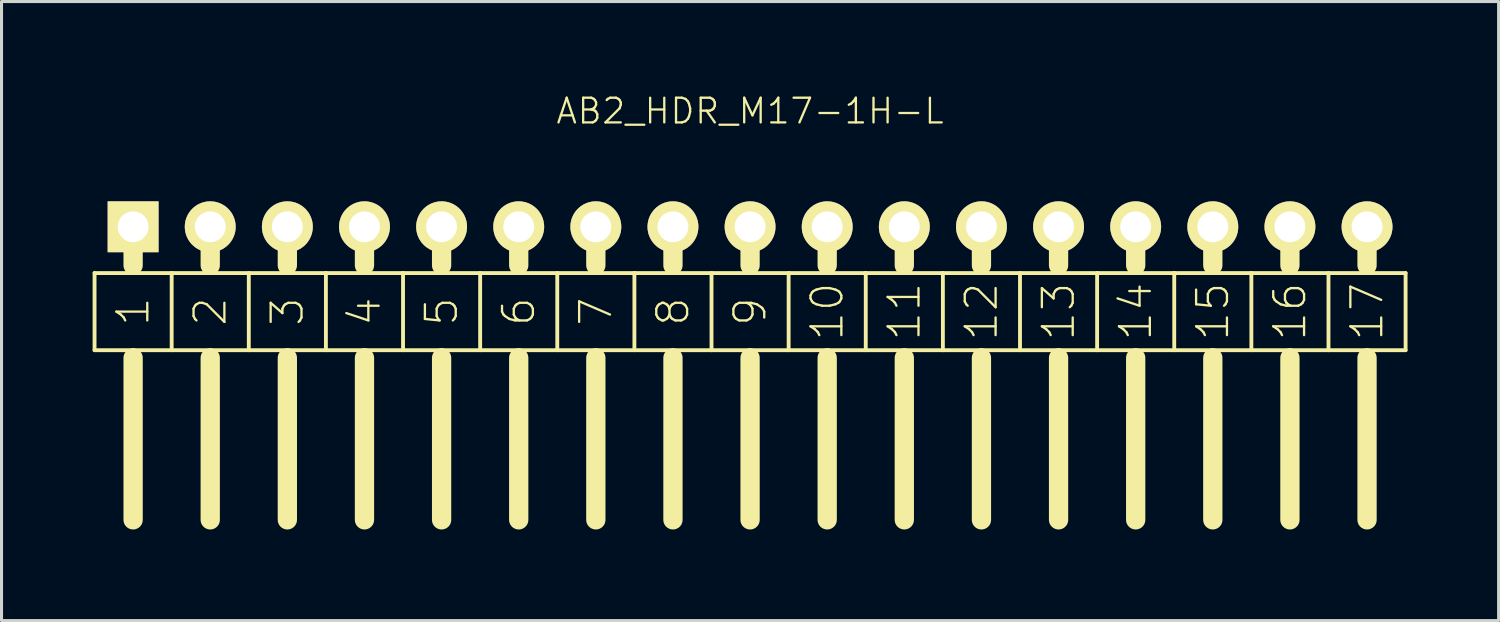
<source format=kicad_pcb>
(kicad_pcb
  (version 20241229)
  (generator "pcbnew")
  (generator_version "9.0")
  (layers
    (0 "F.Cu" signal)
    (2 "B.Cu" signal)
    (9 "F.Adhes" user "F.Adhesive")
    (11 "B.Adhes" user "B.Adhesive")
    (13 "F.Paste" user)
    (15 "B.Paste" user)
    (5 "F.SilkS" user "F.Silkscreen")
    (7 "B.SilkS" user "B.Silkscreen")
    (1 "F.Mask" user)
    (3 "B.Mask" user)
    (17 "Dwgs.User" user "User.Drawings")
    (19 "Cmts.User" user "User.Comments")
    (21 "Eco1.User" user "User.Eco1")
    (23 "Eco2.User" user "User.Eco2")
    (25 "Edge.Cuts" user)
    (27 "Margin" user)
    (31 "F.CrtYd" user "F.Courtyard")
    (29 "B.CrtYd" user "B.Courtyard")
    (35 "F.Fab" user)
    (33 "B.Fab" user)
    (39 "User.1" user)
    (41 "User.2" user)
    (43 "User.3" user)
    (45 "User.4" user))
  (footprint "AB2_HDR_M17-1H-L"
    (layer "F.Cu")
    (at 21.654 4.419)
    (property "Reference" "AB2_HDR_M17-1H-L" (at 0 -3.81 0) (layer "F.SilkS") (effects (font (size 0.813 0.813) (thickness 0.076))))
    (attr through_hole)
    (fp_line (start -21.59 1.524) (end -21.59 4.064) (stroke (width 0.127) (type solid)) (layer "F.SilkS"))
    (fp_line (start -21.59 4.064) (end -20.32 4.064) (stroke (width 0.127) (type solid)) (layer "F.SilkS"))
    (fp_line (start -20.32 0) (end -20.32 1.27) (stroke (width 0.635) (type solid)) (layer "F.SilkS"))
    (fp_line (start -20.32 1.524) (end -21.59 1.524) (stroke (width 0.127) (type solid)) (layer "F.SilkS"))
    (fp_line (start -20.32 4.064) (end -19.05 4.064) (stroke (width 0.127) (type solid)) (layer "F.SilkS"))
    (fp_line (start -20.32 4.318) (end -20.32 9.652) (stroke (width 0.635) (type solid)) (layer "F.SilkS"))
    (fp_line (start -19.05 1.524) (end -20.32 1.524) (stroke (width 0.127) (type solid)) (layer "F.SilkS"))
    (fp_line (start -19.05 4.064) (end -19.05 1.524) (stroke (width 0.127) (type solid)) (layer "F.SilkS"))
    (fp_line (start -19.05 4.064) (end -17.78 4.064) (stroke (width 0.127) (type solid)) (layer "F.SilkS"))
    (fp_line (start -17.78 0) (end -17.78 1.27) (stroke (width 0.635) (type solid)) (layer "F.SilkS"))
    (fp_line (start -17.78 1.524) (end -19.05 1.524) (stroke (width 0.127) (type solid)) (layer "F.SilkS"))
    (fp_line (start -17.78 4.064) (end -16.51 4.064) (stroke (width 0.127) (type solid)) (layer "F.SilkS"))
    (fp_line (start -17.78 4.318) (end -17.78 9.652) (stroke (width 0.635) (type solid)) (layer "F.SilkS"))
    (fp_line (start -16.51 1.524) (end -17.78 1.524) (stroke (width 0.127) (type solid)) (layer "F.SilkS"))
    (fp_line (start -16.51 4.064) (end -16.51 1.524) (stroke (width 0.127) (type solid)) (layer "F.SilkS"))
    (fp_line (start -16.51 4.064) (end -15.24 4.064) (stroke (width 0.127) (type solid)) (layer "F.SilkS"))
    (fp_line (start -15.24 0) (end -15.24 1.27) (stroke (width 0.635) (type solid)) (layer "F.SilkS"))
    (fp_line (start -15.24 1.524) (end -16.51 1.524) (stroke (width 0.127) (type solid)) (layer "F.SilkS"))
    (fp_line (start -15.24 4.064) (end -13.97 4.064) (stroke (width 0.127) (type solid)) (layer "F.SilkS"))
    (fp_line (start -15.24 4.318) (end -15.24 9.652) (stroke (width 0.635) (type solid)) (layer "F.SilkS"))
    (fp_line (start -13.97 1.524) (end -15.24 1.524) (stroke (width 0.127) (type solid)) (layer "F.SilkS"))
    (fp_line (start -13.97 4.064) (end -13.97 1.524) (stroke (width 0.127) (type solid)) (layer "F.SilkS"))
    (fp_line (start -13.97 4.064) (end -12.7 4.064) (stroke (width 0.127) (type solid)) (layer "F.SilkS"))
    (fp_line (start -12.7 0) (end -12.7 1.27) (stroke (width 0.635) (type solid)) (layer "F.SilkS"))
    (fp_line (start -12.7 1.524) (end -13.97 1.524) (stroke (width 0.127) (type solid)) (layer "F.SilkS"))
    (fp_line (start -12.7 4.064) (end -11.43 4.064) (stroke (width 0.127) (type solid)) (layer "F.SilkS"))
    (fp_line (start -12.7 4.318) (end -12.7 9.652) (stroke (width 0.635) (type solid)) (layer "F.SilkS"))
    (fp_line (start -11.43 1.524) (end -12.7 1.524) (stroke (width 0.127) (type solid)) (layer "F.SilkS"))
    (fp_line (start -11.43 4.064) (end -11.43 1.524) (stroke (width 0.127) (type solid)) (layer "F.SilkS"))
    (fp_line (start -11.43 4.064) (end -10.16 4.064) (stroke (width 0.127) (type solid)) (layer "F.SilkS"))
    (fp_line (start -10.16 0) (end -10.16 1.27) (stroke (width 0.635) (type solid)) (layer "F.SilkS"))
    (fp_line (start -10.16 1.524) (end -11.43 1.524) (stroke (width 0.127) (type solid)) (layer "F.SilkS"))
    (fp_line (start -10.16 4.064) (end -8.89 4.064) (stroke (width 0.127) (type solid)) (layer "F.SilkS"))
    (fp_line (start -10.16 4.318) (end -10.16 9.652) (stroke (width 0.635) (type solid)) (layer "F.SilkS"))
    (fp_line (start -8.89 1.524) (end -10.16 1.524) (stroke (width 0.127) (type solid)) (layer "F.SilkS"))
    (fp_line (start -8.89 4.064) (end -8.89 1.524) (stroke (width 0.127) (type solid)) (layer "F.SilkS"))
    (fp_line (start -8.89 4.064) (end -7.62 4.064) (stroke (width 0.127) (type solid)) (layer "F.SilkS"))
    (fp_line (start -7.62 0) (end -7.62 1.27) (stroke (width 0.635) (type solid)) (layer "F.SilkS"))
    (fp_line (start -7.62 1.524) (end -8.89 1.524) (stroke (width 0.127) (type solid)) (layer "F.SilkS"))
    (fp_line (start -7.62 4.064) (end -6.35 4.064) (stroke (width 0.127) (type solid)) (layer "F.SilkS"))
    (fp_line (start -7.62 4.318) (end -7.62 9.652) (stroke (width 0.635) (type solid)) (layer "F.SilkS"))
    (fp_line (start -6.35 1.524) (end -7.62 1.524) (stroke (width 0.127) (type solid)) (layer "F.SilkS"))
    (fp_line (start -6.35 4.064) (end -6.35 1.524) (stroke (width 0.127) (type solid)) (layer "F.SilkS"))
    (fp_line (start -6.35 4.064) (end -5.08 4.064) (stroke (width 0.127) (type solid)) (layer "F.SilkS"))
    (fp_line (start -5.08 0) (end -5.08 1.27) (stroke (width 0.635) (type solid)) (layer "F.SilkS"))
    (fp_line (start -5.08 1.524) (end -6.35 1.524) (stroke (width 0.127) (type solid)) (layer "F.SilkS"))
    (fp_line (start -5.08 4.064) (end -3.81 4.064) (stroke (width 0.127) (type solid)) (layer "F.SilkS"))
    (fp_line (start -5.08 4.318) (end -5.08 9.652) (stroke (width 0.635) (type solid)) (layer "F.SilkS"))
    (fp_line (start -3.81 1.524) (end -5.08 1.524) (stroke (width 0.127) (type solid)) (layer "F.SilkS"))
    (fp_line (start -3.81 4.064) (end -3.81 1.524) (stroke (width 0.127) (type solid)) (layer "F.SilkS"))
    (fp_line (start -3.81 4.064) (end -2.54 4.064) (stroke (width 0.127) (type solid)) (layer "F.SilkS"))
    (fp_line (start -2.54 0) (end -2.54 1.27) (stroke (width 0.635) (type solid)) (layer "F.SilkS"))
    (fp_line (start -2.54 1.524) (end -3.81 1.524) (stroke (width 0.127) (type solid)) (layer "F.SilkS"))
    (fp_line (start -2.54 4.064) (end -1.27 4.064) (stroke (width 0.127) (type solid)) (layer "F.SilkS"))
    (fp_line (start -2.54 4.318) (end -2.54 9.652) (stroke (width 0.635) (type solid)) (layer "F.SilkS"))
    (fp_line (start -1.27 1.524) (end -2.54 1.524) (stroke (width 0.127) (type solid)) (layer "F.SilkS"))
    (fp_line (start -1.27 4.064) (end -1.27 1.524) (stroke (width 0.127) (type solid)) (layer "F.SilkS"))
    (fp_line (start -1.27 4.064) (end 0 4.064) (stroke (width 0.127) (type solid)) (layer "F.SilkS"))
    (fp_line (start 0 0) (end 0 1.27) (stroke (width 0.635) (type solid)) (layer "F.SilkS"))
    (fp_line (start 0 1.524) (end -1.27 1.524) (stroke (width 0.127) (type solid)) (layer "F.SilkS"))
    (fp_line (start 0 4.064) (end 1.27 4.064) (stroke (width 0.127) (type solid)) (layer "F.SilkS"))
    (fp_line (start 0 4.318) (end 0 9.652) (stroke (width 0.635) (type solid)) (layer "F.SilkS"))
    (fp_line (start 1.27 1.524) (end 0 1.524) (stroke (width 0.127) (type solid)) (layer "F.SilkS"))
    (fp_line (start 1.27 4.064) (end 1.27 1.524) (stroke (width 0.127) (type solid)) (layer "F.SilkS"))
    (fp_line (start 1.27 4.064) (end 2.54 4.064) (stroke (width 0.127) (type solid)) (layer "F.SilkS"))
    (fp_line (start 2.54 0) (end 2.54 1.27) (stroke (width 0.635) (type solid)) (layer "F.SilkS"))
    (fp_line (start 2.54 1.524) (end 1.27 1.524) (stroke (width 0.127) (type solid)) (layer "F.SilkS"))
    (fp_line (start 2.54 4.064) (end 3.81 4.064) (stroke (width 0.127) (type solid)) (layer "F.SilkS"))
    (fp_line (start 2.54 4.318) (end 2.54 9.652) (stroke (width 0.635) (type solid)) (layer "F.SilkS"))
    (fp_line (start 3.81 1.524) (end 2.54 1.524) (stroke (width 0.127) (type solid)) (layer "F.SilkS"))
    (fp_line (start 3.81 4.064) (end 3.81 1.524) (stroke (width 0.127) (type solid)) (layer "F.SilkS"))
    (fp_line (start 3.81 4.064) (end 5.08 4.064) (stroke (width 0.127) (type solid)) (layer "F.SilkS"))
    (fp_line (start 5.08 0) (end 5.08 1.27) (stroke (width 0.635) (type solid)) (layer "F.SilkS"))
    (fp_line (start 5.08 1.524) (end 3.81 1.524) (stroke (width 0.127) (type solid)) (layer "F.SilkS"))
    (fp_line (start 5.08 4.064) (end 6.35 4.064) (stroke (width 0.127) (type solid)) (layer "F.SilkS"))
    (fp_line (start 5.08 4.318) (end 5.08 9.652) (stroke (width 0.635) (type solid)) (layer "F.SilkS"))
    (fp_line (start 6.35 1.524) (end 5.08 1.524) (stroke (width 0.127) (type solid)) (layer "F.SilkS"))
    (fp_line (start 6.35 4.064) (end 6.35 1.524) (stroke (width 0.127) (type solid)) (layer "F.SilkS"))
    (fp_line (start 6.35 4.064) (end 7.62 4.064) (stroke (width 0.127) (type solid)) (layer "F.SilkS"))
    (fp_line (start 7.62 0) (end 7.62 1.27) (stroke (width 0.635) (type solid)) (layer "F.SilkS"))
    (fp_line (start 7.62 1.524) (end 6.35 1.524) (stroke (width 0.127) (type solid)) (layer "F.SilkS"))
    (fp_line (start 7.62 4.064) (end 8.89 4.064) (stroke (width 0.127) (type solid)) (layer "F.SilkS"))
    (fp_line (start 7.62 4.318) (end 7.62 9.652) (stroke (width 0.635) (type solid)) (layer "F.SilkS"))
    (fp_line (start 8.89 1.524) (end 7.62 1.524) (stroke (width 0.127) (type solid)) (layer "F.SilkS"))
    (fp_line (start 8.89 4.064) (end 8.89 1.524) (stroke (width 0.127) (type solid)) (layer "F.SilkS"))
    (fp_line (start 8.89 4.064) (end 10.16 4.064) (stroke (width 0.127) (type solid)) (layer "F.SilkS"))
    (fp_line (start 10.16 0) (end 10.16 1.27) (stroke (width 0.635) (type solid)) (layer "F.SilkS"))
    (fp_line (start 10.16 1.524) (end 8.89 1.524) (stroke (width 0.127) (type solid)) (layer "F.SilkS"))
    (fp_line (start 10.16 4.064) (end 11.43 4.064) (stroke (width 0.127) (type solid)) (layer "F.SilkS"))
    (fp_line (start 10.16 4.318) (end 10.16 9.652) (stroke (width 0.635) (type solid)) (layer "F.SilkS"))
    (fp_line (start 11.43 1.524) (end 10.16 1.524) (stroke (width 0.127) (type solid)) (layer "F.SilkS"))
    (fp_line (start 11.43 4.064) (end 11.43 1.524) (stroke (width 0.127) (type solid)) (layer "F.SilkS"))
    (fp_line (start 11.43 4.064) (end 12.7 4.064) (stroke (width 0.127) (type solid)) (layer "F.SilkS"))
    (fp_line (start 12.7 0) (end 12.7 1.27) (stroke (width 0.635) (type solid)) (layer "F.SilkS"))
    (fp_line (start 12.7 1.524) (end 11.43 1.524) (stroke (width 0.127) (type solid)) (layer "F.SilkS"))
    (fp_line (start 12.7 4.064) (end 13.97 4.064) (stroke (width 0.127) (type solid)) (layer "F.SilkS"))
    (fp_line (start 12.7 4.318) (end 12.7 9.652) (stroke (width 0.635) (type solid)) (layer "F.SilkS"))
    (fp_line (start 13.97 1.524) (end 12.7 1.524) (stroke (width 0.127) (type solid)) (layer "F.SilkS"))
    (fp_line (start 13.97 4.064) (end 13.97 1.524) (stroke (width 0.127) (type solid)) (layer "F.SilkS"))
    (fp_line (start 13.97 4.064) (end 15.24 4.064) (stroke (width 0.127) (type solid)) (layer "F.SilkS"))
    (fp_line (start 15.24 0) (end 15.24 1.27) (stroke (width 0.635) (type solid)) (layer "F.SilkS"))
    (fp_line (start 15.24 1.524) (end 13.97 1.524) (stroke (width 0.127) (type solid)) (layer "F.SilkS"))
    (fp_line (start 15.24 4.064) (end 16.51 4.064) (stroke (width 0.127) (type solid)) (layer "F.SilkS"))
    (fp_line (start 15.24 4.318) (end 15.24 9.652) (stroke (width 0.635) (type solid)) (layer "F.SilkS"))
    (fp_line (start 16.51 1.524) (end 15.24 1.524) (stroke (width 0.127) (type solid)) (layer "F.SilkS"))
    (fp_line (start 16.51 4.064) (end 16.51 1.524) (stroke (width 0.127) (type solid)) (layer "F.SilkS"))
    (fp_line (start 16.51 4.064) (end 17.78 4.064) (stroke (width 0.127) (type solid)) (layer "F.SilkS"))
    (fp_line (start 17.78 0) (end 17.78 1.27) (stroke (width 0.635) (type solid)) (layer "F.SilkS"))
    (fp_line (start 17.78 1.524) (end 16.51 1.524) (stroke (width 0.127) (type solid)) (layer "F.SilkS"))
    (fp_line (start 17.78 4.064) (end 19.05 4.064) (stroke (width 0.127) (type solid)) (layer "F.SilkS"))
    (fp_line (start 17.78 4.318) (end 17.78 9.652) (stroke (width 0.635) (type solid)) (layer "F.SilkS"))
    (fp_line (start 19.05 1.524) (end 17.78 1.524) (stroke (width 0.127) (type solid)) (layer "F.SilkS"))
    (fp_line (start 19.05 4.064) (end 19.05 1.524) (stroke (width 0.127) (type solid)) (layer "F.SilkS"))
    (fp_line (start 19.05 4.064) (end 20.32 4.064) (stroke (width 0.127) (type solid)) (layer "F.SilkS"))
    (fp_line (start 20.32 0) (end 20.32 1.27) (stroke (width 0.635) (type solid)) (layer "F.SilkS"))
    (fp_line (start 20.32 1.524) (end 19.05 1.524) (stroke (width 0.127) (type solid)) (layer "F.SilkS"))
    (fp_line (start 20.32 4.064) (end 21.59 4.064) (stroke (width 0.127) (type solid)) (layer "F.SilkS"))
    (fp_line (start 20.32 4.318) (end 20.32 9.652) (stroke (width 0.635) (type solid)) (layer "F.SilkS"))
    (fp_line (start 21.59 1.524) (end 20.32 1.524) (stroke (width 0.127) (type solid)) (layer "F.SilkS"))
    (fp_line (start 21.59 4.064) (end 21.59 1.524) (stroke (width 0.127) (type solid)) (layer "F.SilkS"))
    (fp_text user "2" (at -17.78 2.794 90) (layer "F.SilkS") (effects (font (size 1.016 1.016) (thickness 0.076))))
    (fp_text user "13" (at 10.16 2.794 90) (layer "F.SilkS") (effects (font (size 1.016 1.016) (thickness 0.076))))
    (fp_text user "10" (at 2.54 2.794 90) (layer "F.SilkS") (effects (font (size 1.016 1.016) (thickness 0.076))))
    (fp_text user "17" (at 20.32 2.794 90) (layer "F.SilkS") (effects (font (size 1.016 1.016) (thickness 0.076))))
    (fp_text user "15" (at 15.24 2.794 90) (layer "F.SilkS") (effects (font (size 1.016 1.016) (thickness 0.076))))
    (fp_text user "3" (at -15.24 2.794 90) (layer "F.SilkS") (effects (font (size 1.016 1.016) (thickness 0.076))))
    (fp_text user "5" (at -10.16 2.794 90) (layer "F.SilkS") (effects (font (size 1.016 1.016) (thickness 0.076))))
    (fp_text user "11" (at 5.08 2.794 90) (layer "F.SilkS") (effects (font (size 1.016 1.016) (thickness 0.076))))
    (fp_text user "1" (at -20.32 2.794 90) (layer "F.SilkS") (effects (font (size 1.016 1.016) (thickness 0.076))))
    (fp_text user "4" (at -12.7 2.794 90) (layer "F.SilkS") (effects (font (size 1.016 1.016) (thickness 0.076))))
    (fp_text user "14" (at 12.7 2.794 90) (layer "F.SilkS") (effects (font (size 1.016 1.016) (thickness 0.076))))
    (fp_text user "16" (at 17.78 2.794 90) (layer "F.SilkS") (effects (font (size 1.016 1.016) (thickness 0.076))))
    (fp_text user "6" (at -7.62 2.794 90) (layer "F.SilkS") (effects (font (size 1.016 1.016) (thickness 0.076))))
    (fp_text user "9" (at 0 2.794 90) (layer "F.SilkS") (effects (font (size 1.016 1.016) (thickness 0.076))))
    (fp_text user "12" (at 7.62 2.794 90) (layer "F.SilkS") (effects (font (size 1.016 1.016) (thickness 0.076))))
    (fp_text user "8" (at -2.54 2.794 90) (layer "F.SilkS") (effects (font (size 1.016 1.016) (thickness 0.076))))
    (fp_text user "7" (at -5.08 2.794 90) (layer "F.SilkS") (effects (font (size 1.016 1.016) (thickness 0.076))))
    (pad "1" thru_hole rect (at -20.32 0) (size 1.676 1.676) (drill 1.016) (layers "*.Cu" "*.Mask" "F.SilkS"))
    (pad "2" thru_hole circle (at -17.78 0) (size 1.676 1.676) (drill 1.016) (layers "*.Cu" "*.Mask" "F.SilkS"))
    (pad "3" thru_hole circle (at -15.24 0) (size 1.676 1.676) (drill 1.016) (layers "*.Cu" "*.Mask" "F.SilkS"))
    (pad "4" thru_hole circle (at -12.7 0) (size 1.676 1.676) (drill 1.016) (layers "*.Cu" "*.Mask" "F.SilkS"))
    (pad "5" thru_hole circle (at -10.16 0) (size 1.676 1.676) (drill 1.016) (layers "*.Cu" "*.Mask" "F.SilkS"))
    (pad "6" thru_hole circle (at -7.62 0) (size 1.676 1.676) (drill 1.016) (layers "*.Cu" "*.Mask" "F.SilkS"))
    (pad "7" thru_hole circle (at -5.08 0) (size 1.676 1.676) (drill 1.016) (layers "*.Cu" "*.Mask" "F.SilkS"))
    (pad "8" thru_hole circle (at -2.54 0) (size 1.676 1.676) (drill 1.016) (layers "*.Cu" "*.Mask" "F.SilkS"))
    (pad "9" thru_hole circle (at 0 0) (size 1.676 1.676) (drill 1.016) (layers "*.Cu" "*.Mask" "F.SilkS"))
    (pad "10" thru_hole circle (at 2.54 0) (size 1.676 1.676) (drill 1.016) (layers "*.Cu" "*.Mask" "F.SilkS"))
    (pad "11" thru_hole circle (at 5.08 0) (size 1.676 1.676) (drill 1.016) (layers "*.Cu" "*.Mask" "F.SilkS"))
    (pad "12" thru_hole circle (at 7.62 0) (size 1.676 1.676) (drill 1.016) (layers "*.Cu" "*.Mask" "F.SilkS"))
    (pad "13" thru_hole circle (at 10.16 0) (size 1.676 1.676) (drill 1.016) (layers "*.Cu" "*.Mask" "F.SilkS"))
    (pad "14" thru_hole circle (at 12.7 0) (size 1.676 1.676) (drill 1.016) (layers "*.Cu" "*.Mask" "F.SilkS"))
    (pad "15" thru_hole circle (at 15.24 0) (size 1.676 1.676) (drill 1.016) (layers "*.Cu" "*.Mask" "F.SilkS"))
    (pad "16" thru_hole circle (at 17.78 0) (size 1.676 1.676) (drill 1.016) (layers "*.Cu" "*.Mask" "F.SilkS"))
    (pad "17" thru_hole circle (at 20.32 0) (size 1.676 1.676) (drill 1.016) (layers "*.Cu" "*.Mask" "F.SilkS")))
  (gr_rect
    (start -3 -3)
    (end 46.307 17.389)
    (stroke (width 0.1) (type default))
    (fill no)
    (layer "Edge.Cuts")))
</source>
